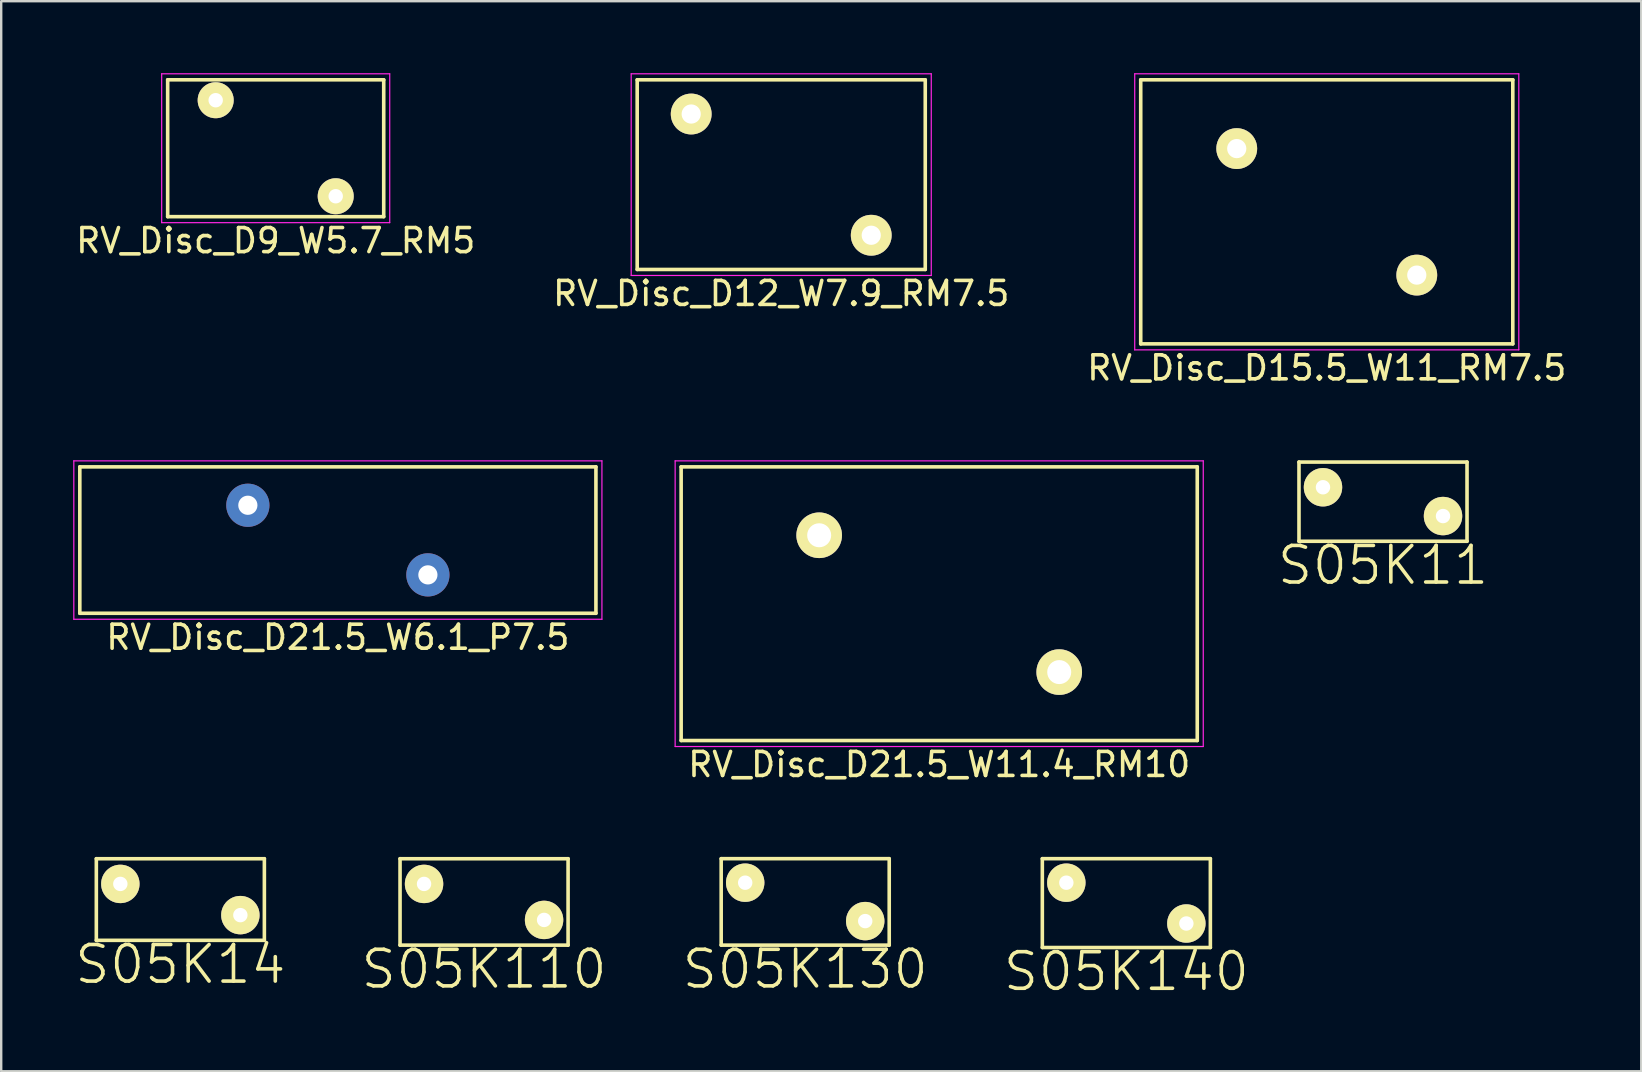
<source format=kicad_pcb>
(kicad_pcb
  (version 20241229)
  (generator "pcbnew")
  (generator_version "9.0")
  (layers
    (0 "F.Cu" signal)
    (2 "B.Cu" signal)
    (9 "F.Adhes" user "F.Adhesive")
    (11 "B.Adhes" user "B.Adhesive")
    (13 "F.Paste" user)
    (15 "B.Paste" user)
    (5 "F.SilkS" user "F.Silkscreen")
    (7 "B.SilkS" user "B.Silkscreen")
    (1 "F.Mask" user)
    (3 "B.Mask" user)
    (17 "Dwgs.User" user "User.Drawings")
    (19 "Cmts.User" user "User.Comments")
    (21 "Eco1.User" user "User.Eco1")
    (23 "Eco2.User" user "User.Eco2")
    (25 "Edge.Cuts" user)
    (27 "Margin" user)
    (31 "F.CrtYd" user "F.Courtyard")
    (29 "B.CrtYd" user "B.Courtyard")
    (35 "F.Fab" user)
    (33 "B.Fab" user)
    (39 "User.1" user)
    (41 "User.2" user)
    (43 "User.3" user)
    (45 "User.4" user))
  (footprint "RV_Disc_D9_W5.7_RM5"
    (layer "F.Cu")
    (at 5.935 1.125)
    (property "Reference" "RV_Disc_D9_W5.7_RM5" (at 2.5 5.85 0) (layer "F.SilkS") (effects (font (size 1 1) (thickness 0.15))))
    (attr through_hole)
    (fp_line (start -2 -0.85) (end -2 4.85) (stroke (width 0.15) (type solid)) (layer "F.SilkS"))
    (fp_line (start -2 -0.85) (end 7 -0.85) (stroke (width 0.15) (type solid)) (layer "F.SilkS"))
    (fp_line (start -2 4.85) (end 7 4.85) (stroke (width 0.15) (type solid)) (layer "F.SilkS"))
    (fp_line (start 7 -0.85) (end 7 4.85) (stroke (width 0.15) (type solid)) (layer "F.SilkS"))
    (fp_line (start -2.25 -1.1) (end -2.25 5.1) (stroke (width 0.05) (type solid)) (layer "F.CrtYd"))
    (fp_line (start -2.25 -1.1) (end 7.25 -1.1) (stroke (width 0.05) (type solid)) (layer "F.CrtYd"))
    (fp_line (start -2.25 5.1) (end 7.25 5.1) (stroke (width 0.05) (type solid)) (layer "F.CrtYd"))
    (fp_line (start 7.25 -1.1) (end 7.25 5.1) (stroke (width 0.05) (type solid)) (layer "F.CrtYd"))
    (pad "1" thru_hole circle (at 0 0) (size 1.5 1.5) (drill 0.6) (layers "*.Cu" "*.Mask" "F.SilkS"))
    (pad "2" thru_hole circle (at 5 4) (size 1.5 1.5) (drill 0.6) (layers "*.Cu" "*.Mask" "F.SilkS")))
  (footprint "RV_Disc_D15.5_W11_RM7.5"
    (layer "F.Cu")
    (at 48.47 3.14)
    (property "Reference" "RV_Disc_D15.5_W11_RM7.5" (at 3.75 9.135 0) (layer "F.SilkS") (effects (font (size 1 1) (thickness 0.15))))
    (attr through_hole)
    (fp_line (start -4 -2.865) (end -4 8.135) (stroke (width 0.15) (type solid)) (layer "F.SilkS"))
    (fp_line (start -4 -2.865) (end 11.5 -2.865) (stroke (width 0.15) (type solid)) (layer "F.SilkS"))
    (fp_line (start -4 8.135) (end 11.5 8.135) (stroke (width 0.15) (type solid)) (layer "F.SilkS"))
    (fp_line (start 11.5 -2.865) (end 11.5 8.135) (stroke (width 0.15) (type solid)) (layer "F.SilkS"))
    (fp_line (start -4.25 -3.115) (end -4.25 8.385) (stroke (width 0.05) (type solid)) (layer "F.CrtYd"))
    (fp_line (start -4.25 -3.115) (end 11.75 -3.115) (stroke (width 0.05) (type solid)) (layer "F.CrtYd"))
    (fp_line (start -4.25 8.385) (end 11.75 8.385) (stroke (width 0.05) (type solid)) (layer "F.CrtYd"))
    (fp_line (start 11.75 -3.115) (end 11.75 8.385) (stroke (width 0.05) (type solid)) (layer "F.CrtYd"))
    (pad "1" thru_hole circle (at 0 0) (size 1.7 1.7) (drill 0.8) (layers "*.Cu" "*.Mask" "F.SilkS"))
    (pad "2" thru_hole circle (at 7.5 5.27) (size 1.7 1.7) (drill 0.8) (layers "*.Cu" "*.Mask" "F.SilkS")))
  (footprint "RV_Disc_D21.5_W6.1_P7.5"
    (layer "F.Cu")
    (at 7.275 17.998)
    (property "Reference" "RV_Disc_D21.5_W6.1_P7.5" (at 3.75 5.5 0) (layer "F.SilkS") (effects (font (size 1 1) (thickness 0.15))))
    (attr through_hole)
    (fp_line (start -7 -1.6) (end -7 4.5) (stroke (width 0.15) (type solid)) (layer "F.SilkS"))
    (fp_line (start -7 -1.6) (end 14.5 -1.6) (stroke (width 0.15) (type solid)) (layer "F.SilkS"))
    (fp_line (start -7 4.5) (end 14.5 4.5) (stroke (width 0.15) (type solid)) (layer "F.SilkS"))
    (fp_line (start 14.5 -1.6) (end 14.5 4.5) (stroke (width 0.15) (type solid)) (layer "F.SilkS"))
    (fp_line (start -7.25 -1.85) (end -7.25 4.75) (stroke (width 0.05) (type solid)) (layer "F.CrtYd"))
    (fp_line (start -7.25 -1.85) (end 14.75 -1.85) (stroke (width 0.05) (type solid)) (layer "F.CrtYd"))
    (fp_line (start -7.25 4.75) (end 14.75 4.75) (stroke (width 0.05) (type solid)) (layer "F.CrtYd"))
    (fp_line (start 14.75 -1.85) (end 14.75 4.75) (stroke (width 0.05) (type solid)) (layer "F.CrtYd"))
    (pad "1" thru_hole circle (at 0 0) (size 1.8 1.8) (drill 0.8) (layers "*.Cu" "*.Mask"))
    (pad "2" thru_hole circle (at 7.5 2.9) (size 1.8 1.8) (drill 0.8) (layers "*.Cu" "*.Mask")))
  (footprint "S05K140"
    (layer "F.Cu")
    (at 41.371 33.721)
    (property "Reference" "S05K140" (at 2.5 3.7 0) (layer "F.SilkS") (effects (font (size 1.524 1.524) (thickness 0.15))))
    (attr through_hole)
    (fp_line (start -1 -1) (end -1 2.7) (stroke (width 0.15) (type solid)) (layer "F.SilkS"))
    (fp_line (start -1 -1) (end 6 -1) (stroke (width 0.15) (type solid)) (layer "F.SilkS"))
    (fp_line (start -1 2.7) (end 6 2.7) (stroke (width 0.15) (type solid)) (layer "F.SilkS"))
    (fp_line (start 6 -1) (end 6 2.7) (stroke (width 0.15) (type solid)) (layer "F.SilkS"))
    (pad "1" thru_hole circle (at 0 0) (size 1.6 1.6) (drill 0.6) (layers "*.Cu" "*.Mask" "F.SilkS"))
    (pad "2" thru_hole circle (at 5 1.7) (size 1.6 1.6) (drill 0.6) (layers "*.Cu" "*.Mask" "F.SilkS")))
  (footprint "S05K14"
    (layer "F.Cu")
    (at 1.963 33.772)
    (property "Reference" "S05K14" (at 2.5 3.35 0) (layer "F.SilkS") (effects (font (size 1.524 1.524) (thickness 0.15))))
    (attr through_hole)
    (fp_line (start -1 -1.05) (end -1 2.35) (stroke (width 0.15) (type solid)) (layer "F.SilkS"))
    (fp_line (start -1 -1.05) (end 6 -1.05) (stroke (width 0.15) (type solid)) (layer "F.SilkS"))
    (fp_line (start -1 2.35) (end 6 2.35) (stroke (width 0.15) (type solid)) (layer "F.SilkS"))
    (fp_line (start 6 -1.05) (end 6 2.35) (stroke (width 0.15) (type solid)) (layer "F.SilkS"))
    (pad "1" thru_hole circle (at 0 0) (size 1.6 1.6) (drill 0.6) (layers "*.Cu" "*.Mask" "F.SilkS"))
    (pad "2" thru_hole circle (at 5 1.3) (size 1.6 1.6) (drill 0.6) (layers "*.Cu" "*.Mask" "F.SilkS")))
  (footprint "S05K11"
    (layer "F.Cu")
    (at 52.063 17.248)
    (property "Reference" "S05K11" (at 2.5 3.25 0) (layer "F.SilkS") (effects (font (size 1.524 1.524) (thickness 0.15))))
    (attr through_hole)
    (fp_line (start -1 -1.05) (end -1 2.25) (stroke (width 0.15) (type solid)) (layer "F.SilkS"))
    (fp_line (start -1 -1.05) (end 6 -1.05) (stroke (width 0.15) (type solid)) (layer "F.SilkS"))
    (fp_line (start -1 2.25) (end 6 2.25) (stroke (width 0.15) (type solid)) (layer "F.SilkS"))
    (fp_line (start 6 -1.05) (end 6 2.25) (stroke (width 0.15) (type solid)) (layer "F.SilkS"))
    (pad "1" thru_hole circle (at 0 0) (size 1.6 1.6) (drill 0.6) (layers "*.Cu" "*.Mask" "F.SilkS"))
    (pad "2" thru_hole circle (at 5 1.2) (size 1.6 1.6) (drill 0.6) (layers "*.Cu" "*.Mask" "F.SilkS")))
  (footprint "S05K110"
    (layer "F.Cu")
    (at 14.615 33.772)
    (property "Reference" "S05K110" (at 2.5 3.55 0) (layer "F.SilkS") (effects (font (size 1.524 1.524) (thickness 0.15))))
    (attr through_hole)
    (fp_line (start -1 -1.05) (end -1 2.55) (stroke (width 0.15) (type solid)) (layer "F.SilkS"))
    (fp_line (start -1 -1.05) (end 6 -1.05) (stroke (width 0.15) (type solid)) (layer "F.SilkS"))
    (fp_line (start -1 2.55) (end 6 2.55) (stroke (width 0.15) (type solid)) (layer "F.SilkS"))
    (fp_line (start 6 -1.05) (end 6 2.55) (stroke (width 0.15) (type solid)) (layer "F.SilkS"))
    (pad "1" thru_hole circle (at 0 0) (size 1.6 1.6) (drill 0.6) (layers "*.Cu" "*.Mask" "F.SilkS"))
    (pad "2" thru_hole circle (at 5 1.5) (size 1.6 1.6) (drill 0.6) (layers "*.Cu" "*.Mask" "F.SilkS")))
  (footprint "S05K130"
    (layer "F.Cu")
    (at 27.993 33.721)
    (property "Reference" "S05K130" (at 2.5 3.6 0) (layer "F.SilkS") (effects (font (size 1.524 1.524) (thickness 0.15))))
    (attr through_hole)
    (fp_line (start -1 -1) (end -1 2.6) (stroke (width 0.15) (type solid)) (layer "F.SilkS"))
    (fp_line (start -1 -1) (end 6 -1) (stroke (width 0.15) (type solid)) (layer "F.SilkS"))
    (fp_line (start -1 2.6) (end 6 2.6) (stroke (width 0.15) (type solid)) (layer "F.SilkS"))
    (fp_line (start 6 -1) (end 6 2.6) (stroke (width 0.15) (type solid)) (layer "F.SilkS"))
    (pad "1" thru_hole circle (at 0 0) (size 1.6 1.6) (drill 0.6) (layers "*.Cu" "*.Mask" "F.SilkS"))
    (pad "2" thru_hole circle (at 5 1.6) (size 1.6 1.6) (drill 0.6) (layers "*.Cu" "*.Mask" "F.SilkS")))
  (footprint "RV_Disc_D21.5_W11.4_RM10"
    (layer "F.Cu")
    (at 31.075 19.248)
    (property "Reference" "RV_Disc_D21.5_W11.4_RM10" (at 5 9.55 0) (layer "F.SilkS") (effects (font (size 1 1) (thickness 0.15))))
    (attr through_hole)
    (fp_line (start -5.75 -2.85) (end -5.75 8.55) (stroke (width 0.15) (type solid)) (layer "F.SilkS"))
    (fp_line (start -5.75 -2.85) (end 15.75 -2.85) (stroke (width 0.15) (type solid)) (layer "F.SilkS"))
    (fp_line (start -5.75 8.55) (end 15.75 8.55) (stroke (width 0.15) (type solid)) (layer "F.SilkS"))
    (fp_line (start 15.75 -2.85) (end 15.75 8.55) (stroke (width 0.15) (type solid)) (layer "F.SilkS"))
    (fp_line (start -6 -3.1) (end -6 8.8) (stroke (width 0.05) (type solid)) (layer "F.CrtYd"))
    (fp_line (start -6 -3.1) (end 16 -3.1) (stroke (width 0.05) (type solid)) (layer "F.CrtYd"))
    (fp_line (start -6 8.8) (end 16 8.8) (stroke (width 0.05) (type solid)) (layer "F.CrtYd"))
    (fp_line (start 16 -3.1) (end 16 8.8) (stroke (width 0.05) (type solid)) (layer "F.CrtYd"))
    (pad "1" thru_hole circle (at 0 0) (size 1.9 1.9) (drill 1) (layers "*.Cu" "*.Mask" "F.SilkS"))
    (pad "2" thru_hole circle (at 10 5.7) (size 1.9 1.9) (drill 1) (layers "*.Cu" "*.Mask" "F.SilkS")))
  (footprint "RV_Disc_D12_W7.9_RM7.5"
    (layer "F.Cu")
    (at 25.744 1.7)
    (property "Reference" "RV_Disc_D12_W7.9_RM7.5" (at 3.75 7.475 0) (layer "F.SilkS") (effects (font (size 1 1) (thickness 0.15))))
    (attr through_hole)
    (fp_line (start -2.25 -1.425) (end -2.25 6.475) (stroke (width 0.15) (type solid)) (layer "F.SilkS"))
    (fp_line (start -2.25 -1.425) (end 9.75 -1.425) (stroke (width 0.15) (type solid)) (layer "F.SilkS"))
    (fp_line (start -2.25 6.475) (end 9.75 6.475) (stroke (width 0.15) (type solid)) (layer "F.SilkS"))
    (fp_line (start 9.75 -1.425) (end 9.75 6.475) (stroke (width 0.15) (type solid)) (layer "F.SilkS"))
    (fp_line (start -2.5 -1.675) (end -2.5 6.725) (stroke (width 0.05) (type solid)) (layer "F.CrtYd"))
    (fp_line (start -2.5 -1.675) (end 10 -1.675) (stroke (width 0.05) (type solid)) (layer "F.CrtYd"))
    (fp_line (start -2.5 6.725) (end 10 6.725) (stroke (width 0.05) (type solid)) (layer "F.CrtYd"))
    (fp_line (start 10 -1.675) (end 10 6.725) (stroke (width 0.05) (type solid)) (layer "F.CrtYd"))
    (pad "1" thru_hole circle (at 0 0) (size 1.7 1.7) (drill 0.8) (layers "*.Cu" "*.Mask" "F.SilkS"))
    (pad "2" thru_hole circle (at 7.5 5.05) (size 1.7 1.7) (drill 0.8) (layers "*.Cu" "*.Mask" "F.SilkS")))
  (gr_rect
    (start -3 -3)
    (end 65.321 41.576)
    (stroke (width 0.1) (type default))
    (fill no)
    (layer "Edge.Cuts")))
</source>
